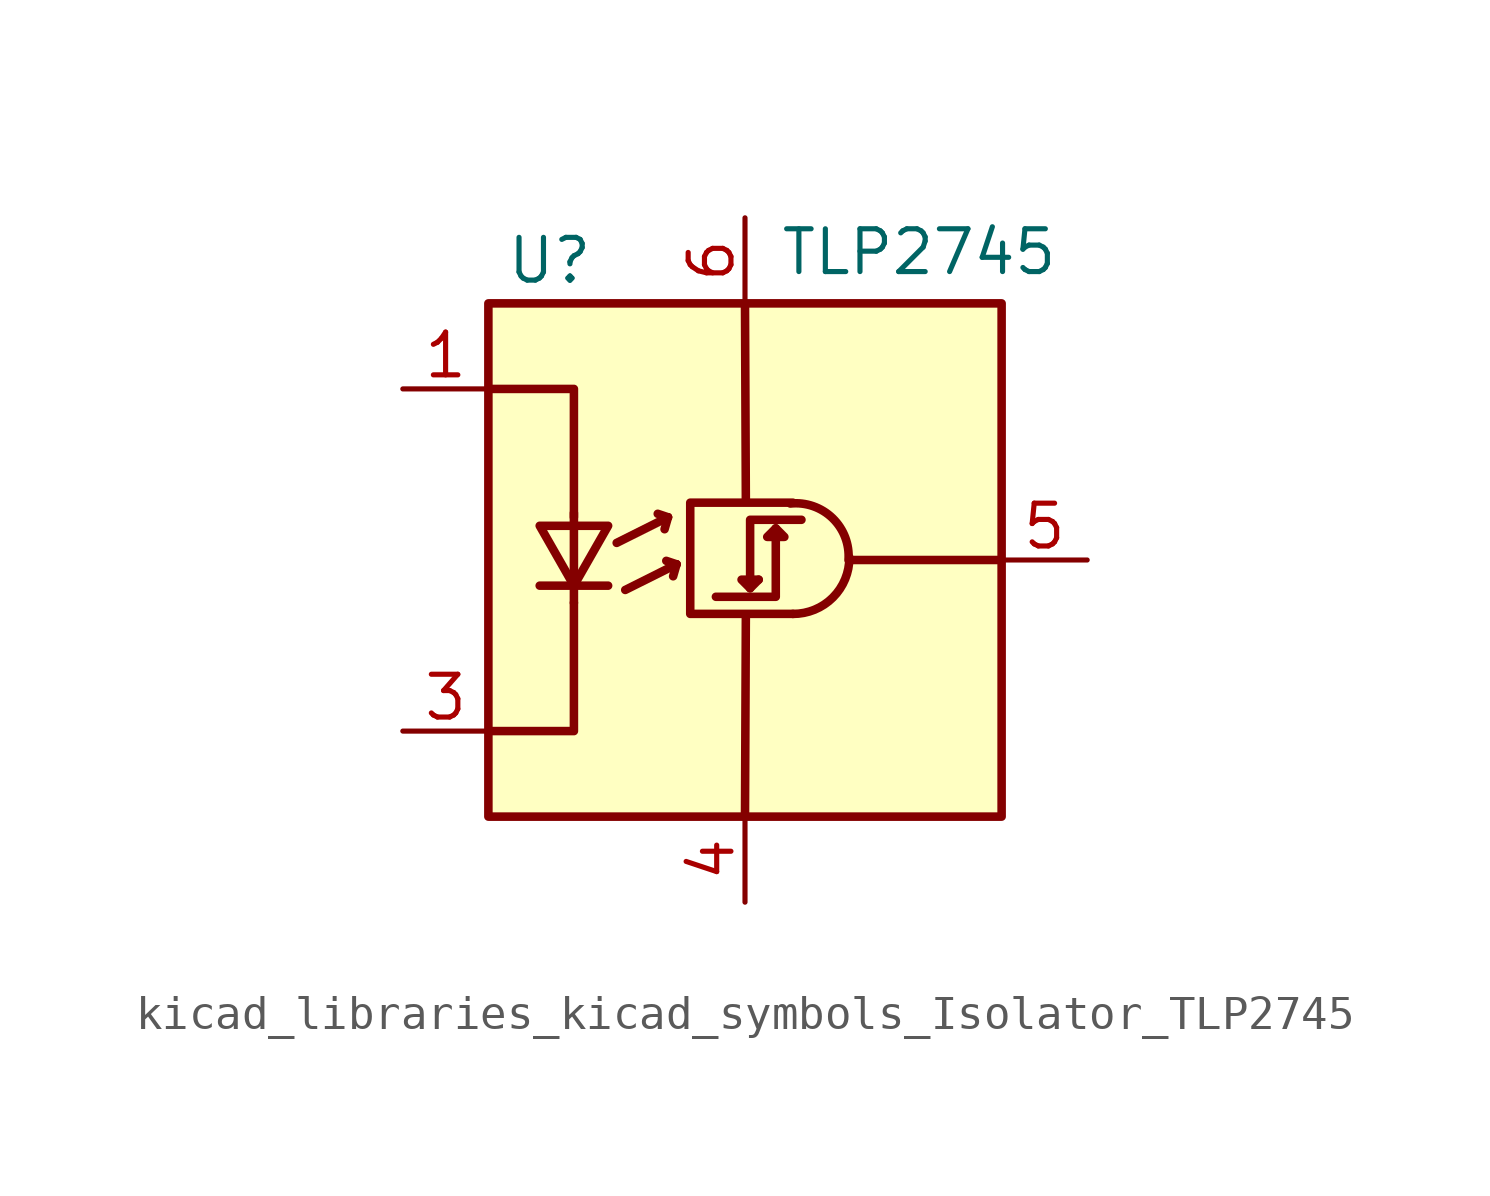
<source format=kicad_sym>
(kicad_symbol_lib
  (version 20220914)
  (generator kicad_symbol_editor)
  (symbol "kicad_libraries_kicad_symbols_Isolator_TLP2745"
    (pin_names
      (offset 1.016) hide)
    (property "Reference" "U"
      (at -7.112 8.89 0)
      (effects (font (size 1.27 1.27)) (justify left)))
    (property "Value" "TLP2745"
      (at 1.016 9.144 0)
      (effects (font (size 1.27 1.27)) (justify left)))
    (symbol "kicad_libraries_kicad_symbols_Isolator_TLP2745_0_1"
      (rectangle (start -7.62 7.62) (end 7.62 -7.62) (stroke (width 0.254) (type default)) (fill (type background)))
      (polyline (pts (xy -6.096 -0.762) (xy -4.064 -0.762)) (stroke (width 0.254) (type default)) (fill (type none)))
      (polyline (pts (xy -5.08 -0.762) (xy -5.08 -1.27)) (stroke (width 0.254) (type default)) (fill (type none)))
      (polyline (pts (xy -5.08 1.016) (xy -5.08 -0.762)) (stroke (width 0.254) (type default)) (fill (type none)))
      (polyline (pts (xy -5.08 1.016) (xy -5.08 1.397)) (stroke (width 0.254) (type default)) (fill (type none)))
      (polyline (pts (xy -3.81 0.508) (xy -2.286 1.27)) (stroke (width 0.254) (type default)) (fill (type none)))
      (polyline (pts (xy -3.556 -0.889) (xy -2.032 -0.127)) (stroke (width 0.254) (type default)) (fill (type none)))
      (polyline (pts (xy -2.286 1.27) (xy -2.591 1.372)) (stroke (width 0.254) (type default)) (fill (type none)))
      (polyline (pts (xy -2.286 1.27) (xy -2.388 0.914)) (stroke (width 0.254) (type default)) (fill (type none)))
      (polyline (pts (xy -2.032 -0.127) (xy -2.337 -0.025)) (stroke (width 0.254) (type default)) (fill (type none)))
      (polyline (pts (xy -2.032 -0.127) (xy -2.134 -0.483)) (stroke (width 0.254) (type default)) (fill (type none)))
      (polyline (pts (xy 0 -7.62) (xy 0.025 -1.651)) (stroke (width 0.254) (type default)) (fill (type none)))
      (polyline (pts (xy 0 7.595) (xy 0.025 1.778)) (stroke (width 0.254) (type default)) (fill (type none)))
      (polyline (pts (xy 7.595 0) (xy 3.15 0)) (stroke (width 0.254) (type default)) (fill (type none)))
      (polyline (pts (xy -7.62 -5.08) (xy -5.08 -5.08) (xy -5.08 -1.27)) (stroke (width 0.254) (type default)) (fill (type none)))
      (polyline (pts (xy -5.08 1.27) (xy -5.08 5.08) (xy -7.62 5.08)) (stroke (width 0.254) (type default)) (fill (type none)))
      (polyline (pts (xy 0.152 -0.838) (xy -0.102 -0.584) (xy 0.406 -0.584)) (stroke (width 0.254) (type default)) (fill (type none)))
      (polyline (pts (xy 0.914 0.94) (xy 0.914 -1.092) (xy -0.864 -1.092)) (stroke (width 0.254) (type default)) (fill (type none)))
      (polyline (pts (xy -6.096 1.016) (xy -4.064 1.016) (xy -5.08 -0.762) (xy -6.096 1.016)) (stroke (width 0.254) (type default)) (fill (type none)))
      (polyline (pts (xy 0.914 0.94) (xy 0.66 0.686) (xy 1.168 0.686) (xy 0.914 0.94)) (stroke (width 0.254) (type default)) (fill (type none)))
      (polyline (pts (xy 1.422 1.702) (xy -1.626 1.702) (xy -1.626 -1.6) (xy 1.422 -1.6)) (stroke (width 0.254) (type default)) (fill (type none)))
      (polyline (pts (xy 1.676 1.194) (xy 0.152 1.194) (xy 0.152 -0.838) (xy 0.406 -0.584)) (stroke (width 0.254) (type default)) (fill (type none)))
      (arc (start 1.4224 -1.6002) (mid 2.6101 -1.1115) (end 3.0988 0.0762) (stroke (width 0.254) (type default)) (fill (type none)))
      (arc (start 3.0734 0) (mid 2.6011 1.2413) (end 1.3462 1.6764) (stroke (width 0.254) (type default)) (fill (type none))))
    (symbol "kicad_libraries_kicad_symbols_Isolator_TLP2745_1_1"
      (pin passive line (at -10.16 5.08 0) (length 2.54) (name "A" (effects (font (size 1.27 1.27)))) (number "1" (effects (font (size 1.27 1.27)))))
      (pin no_connect line (at -7.62 0 0) (length 2.54) hide (name "NC" (effects (font (size 1.27 1.27)))) (number "2" (effects (font (size 1.27 1.27)))))
      (pin passive line (at -10.16 -5.08 0) (length 2.54) (name "K" (effects (font (size 1.27 1.27)))) (number "3" (effects (font (size 1.27 1.27)))))
      (pin power_in line (at 0 -10.16 90) (length 2.54) (name "GND" (effects (font (size 1.27 1.27)))) (number "4" (effects (font (size 1.27 1.27)))))
      (pin output line (at 10.16 0 180) (length 2.54) (name "VO" (effects (font (size 1.27 1.27)))) (number "5" (effects (font (size 1.27 1.27)))))
      (pin power_in line (at 0 10.16 270) (length 2.54) (name "VDD" (effects (font (size 1.27 1.27)))) (number "6" (effects (font (size 1.27 1.27))))))))
</source>
